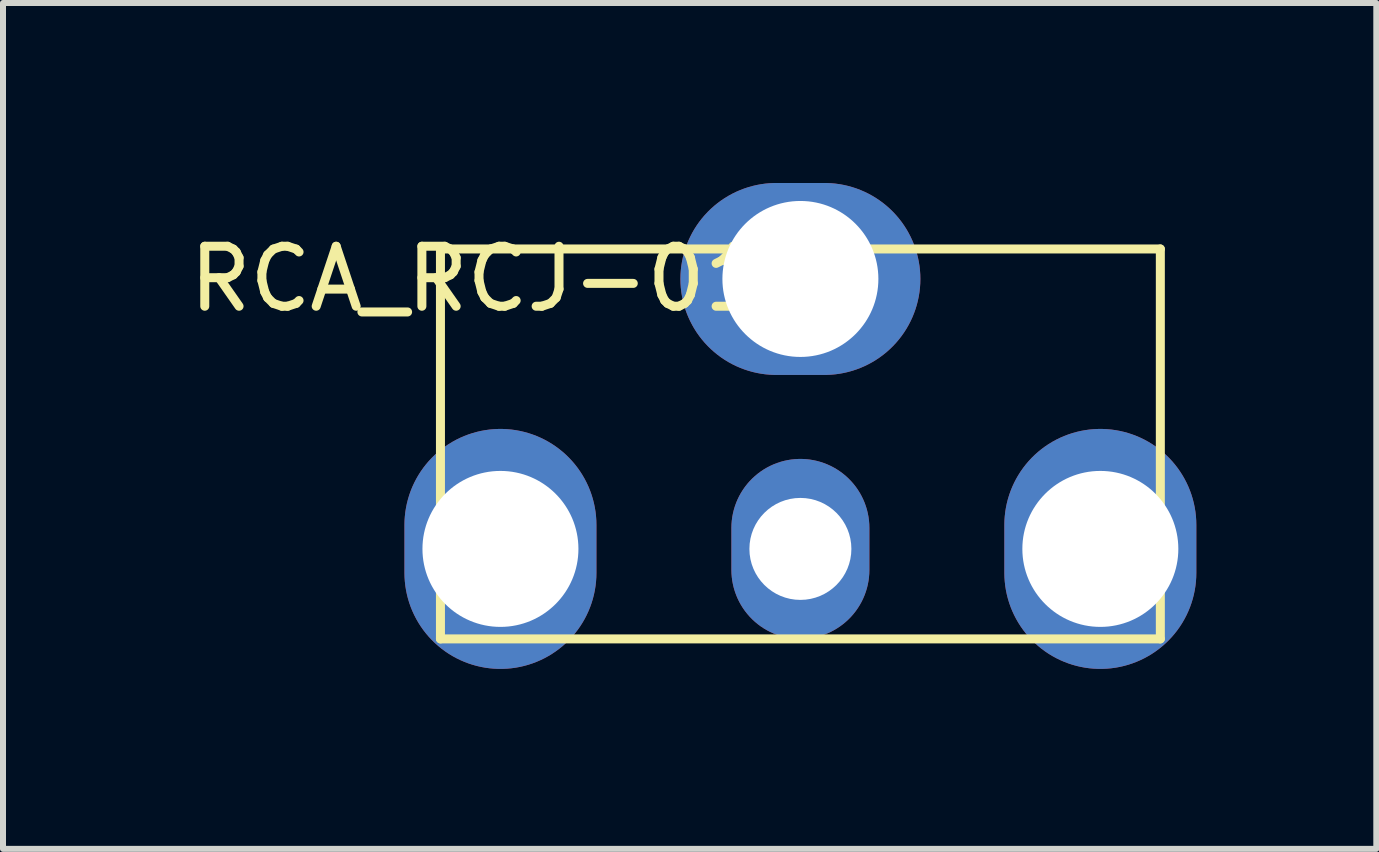
<source format=kicad_pcb>
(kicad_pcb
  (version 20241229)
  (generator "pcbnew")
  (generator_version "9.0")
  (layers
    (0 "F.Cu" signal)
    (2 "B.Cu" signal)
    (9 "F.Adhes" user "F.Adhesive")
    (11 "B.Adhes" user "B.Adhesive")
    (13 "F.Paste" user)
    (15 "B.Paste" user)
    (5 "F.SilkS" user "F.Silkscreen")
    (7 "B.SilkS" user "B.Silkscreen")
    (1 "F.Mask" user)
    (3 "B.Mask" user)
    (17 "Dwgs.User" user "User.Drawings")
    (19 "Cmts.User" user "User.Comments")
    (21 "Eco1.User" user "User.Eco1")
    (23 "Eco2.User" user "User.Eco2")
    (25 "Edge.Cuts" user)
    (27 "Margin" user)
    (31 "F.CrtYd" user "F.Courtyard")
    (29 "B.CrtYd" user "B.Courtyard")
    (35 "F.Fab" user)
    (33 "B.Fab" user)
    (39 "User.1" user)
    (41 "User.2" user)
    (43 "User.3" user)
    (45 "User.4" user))
  (footprint "RCA_RCJ-01x"
    (layer "F.Cu")
    (at 10.292 6.1)
    (property "Reference" "RCA_RCJ-01x" (at -5 -4.5 0) (layer "F.SilkS") (effects (font (size 1 1) (thickness 0.15))))
    (attr through_hole)
    (fp_line (start -6 -5) (end -6 1.5) (stroke (width 0.15) (type solid)) (layer "F.SilkS"))
    (fp_line (start -6 1.5) (end 6 1.5) (stroke (width 0.15) (type solid)) (layer "F.SilkS"))
    (fp_line (start 6 -5) (end -6 -5) (stroke (width 0.15) (type solid)) (layer "F.SilkS"))
    (fp_line (start 6 1.5) (end 6 -5) (stroke (width 0.15) (type solid)) (layer "F.SilkS"))
    (pad "1" thru_hole oval (at 0 0) (size 2.3 3) (drill 1.7) (layers "*.Cu" "*.Mask"))
    (pad "2" thru_hole oval (at -5 0) (size 3.2 4) (drill 2.6) (layers "*.Cu" "*.Mask"))
    (pad "2" thru_hole oval (at 0 -4.5 90) (size 3.2 4) (drill 2.6) (layers "*.Cu" "*.Mask"))
    (pad "2" thru_hole oval (at 5 0) (size 3.2 4) (drill 2.6) (layers "*.Cu" "*.Mask")))
  (gr_rect
    (start -3 -3)
    (end 19.892 11.1)
    (stroke (width 0.1) (type default))
    (fill no)
    (layer "Edge.Cuts")))
</source>
